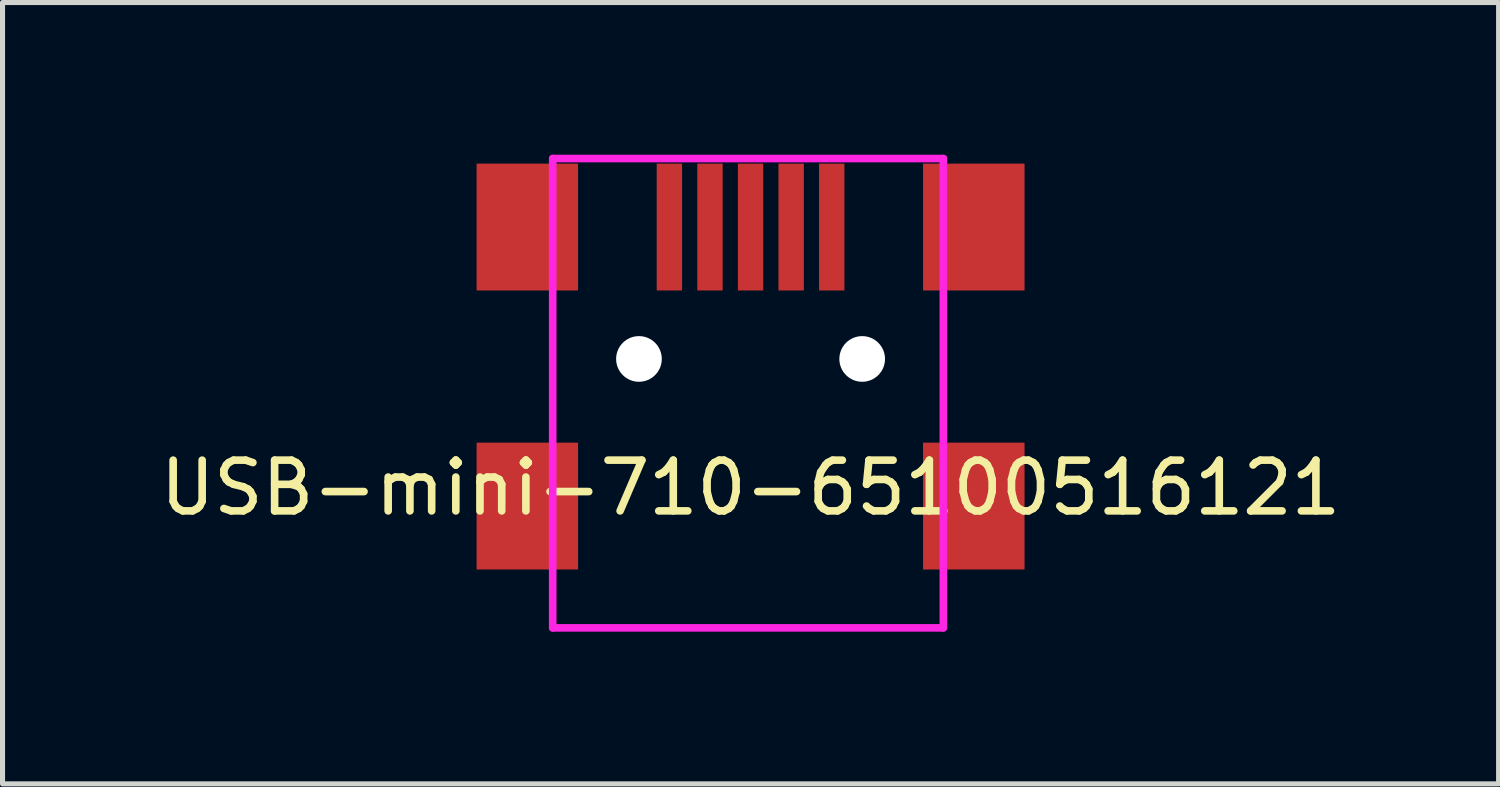
<source format=kicad_pcb>
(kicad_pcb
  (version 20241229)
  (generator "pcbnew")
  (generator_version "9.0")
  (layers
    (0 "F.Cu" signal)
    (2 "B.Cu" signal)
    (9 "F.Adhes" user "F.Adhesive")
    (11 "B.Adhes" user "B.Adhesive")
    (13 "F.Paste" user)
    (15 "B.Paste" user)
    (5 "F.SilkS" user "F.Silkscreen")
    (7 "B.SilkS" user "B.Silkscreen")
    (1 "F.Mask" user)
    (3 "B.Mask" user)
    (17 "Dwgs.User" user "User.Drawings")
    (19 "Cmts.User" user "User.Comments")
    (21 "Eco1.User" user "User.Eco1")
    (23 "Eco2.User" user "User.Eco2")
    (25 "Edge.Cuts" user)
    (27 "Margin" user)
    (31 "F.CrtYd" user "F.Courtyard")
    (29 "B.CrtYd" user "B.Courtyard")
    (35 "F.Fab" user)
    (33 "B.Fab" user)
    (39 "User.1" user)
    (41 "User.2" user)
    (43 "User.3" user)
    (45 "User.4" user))
  (footprint "USB-mini-710-65100516121"
    (layer "F.Cu")
    (at 11.744 4.025)
    (property "Reference" "USB-mini-710-65100516121" (at 0 2.54 0) (layer "F.SilkS") (effects (font (size 1 1) (thickness 0.15))))
    (attr through_hole)
    (fp_line (start -3.9 -3.95) (end 3.8 -3.95) (stroke (width 0.15) (type solid)) (layer "F.CrtYd"))
    (fp_line (start -3.9 5.3) (end -3.9 -3.95) (stroke (width 0.15) (type solid)) (layer "F.CrtYd"))
    (fp_line (start -3.9 5.3) (end 3.8 5.3) (stroke (width 0.15) (type solid)) (layer "F.CrtYd"))
    (fp_line (start 3.8 5.3) (end 3.8 -3.95) (stroke (width 0.15) (type solid)) (layer "F.CrtYd"))
    (pad "" np_thru_hole circle (at -2.2 0) (size 0.9 0.9) (drill 0.9) (layers "*.Cu" "*.Mask"))
    (pad "" np_thru_hole circle (at 2.2 0) (size 0.9 0.9) (drill 0.9) (layers "*.Cu" "*.Mask"))
    (pad "1" smd trapezoid (at -1.6 -2.6) (size 0.5 2.5) (layers "F.Cu" "F.Mask" "F.Paste"))
    (pad "2" smd trapezoid (at -0.8 -2.6) (size 0.5 2.5) (layers "F.Cu" "F.Mask" "F.Paste"))
    (pad "3" smd trapezoid (at 0 -2.6) (size 0.5 2.5) (layers "F.Cu" "F.Mask" "F.Paste"))
    (pad "4" smd trapezoid (at 0.8 -2.6) (size 0.5 2.5) (layers "F.Cu" "F.Mask" "F.Paste"))
    (pad "5" smd trapezoid (at 1.6 -2.6) (size 0.5 2.5) (layers "F.Cu" "F.Mask" "F.Paste"))
    (pad "6" smd trapezoid (at -4.4 -2.6) (size 2 2.5) (layers "F.Cu" "F.Mask" "F.Paste"))
    (pad "6" smd trapezoid (at -4.4 2.9) (size 2 2.5) (layers "F.Cu" "F.Mask" "F.Paste"))
    (pad "6" smd trapezoid (at 4.4 -2.6) (size 2 2.5) (layers "F.Cu" "F.Mask" "F.Paste"))
    (pad "6" smd trapezoid (at 4.4 2.9) (size 2 2.5) (layers "F.Cu" "F.Mask" "F.Paste")))
  (gr_rect
    (start -3 -3)
    (end 26.488 12.4)
    (stroke (width 0.1) (type default))
    (fill no)
    (layer "Edge.Cuts")))
</source>
